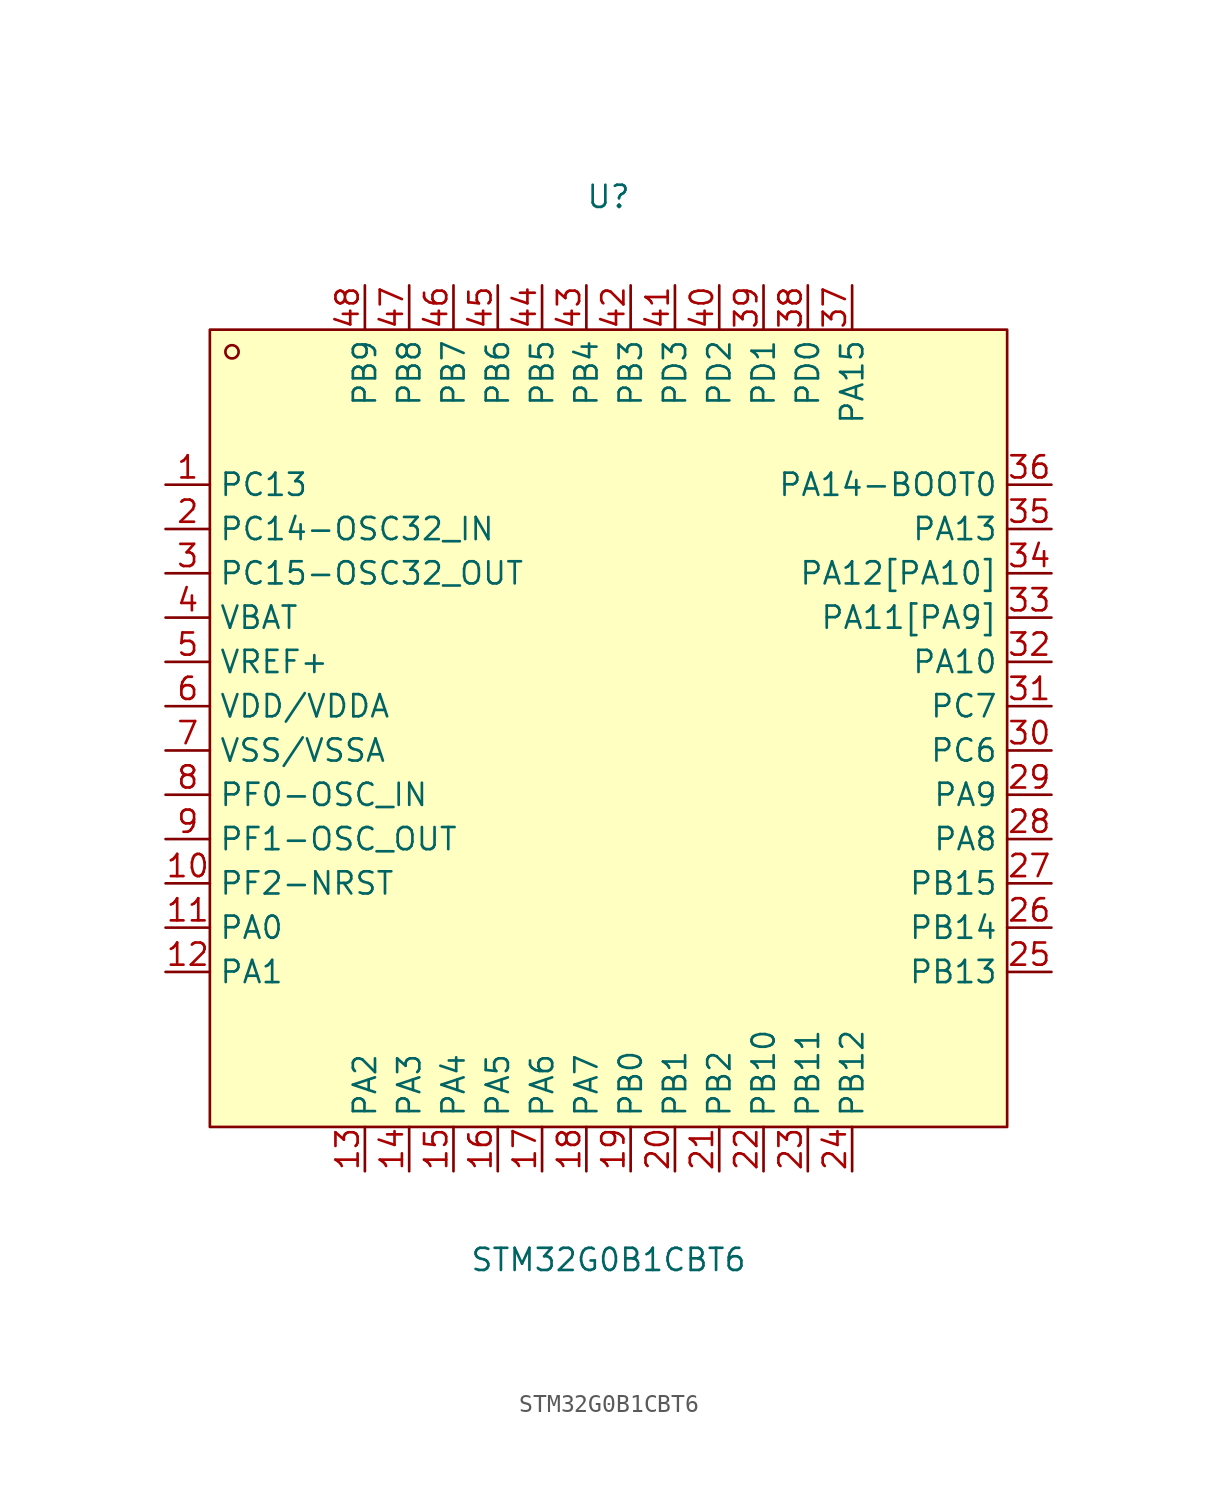
<source format=kicad_sym>
(kicad_symbol_lib
  (version 20211014)
  (generator https://github.com/uPesy/easyeda2kicad.py)
  (symbol "STM32G0B1CBT6"
    (property "Reference" "U"
      (at 0 30.48 0)
      (effects (font (size 1.27 1.27))))
    (property "Value" "STM32G0B1CBT6"
      (at 0 -30.48 0)
      (effects (font (size 1.27 1.27))))
    (symbol "STM32G0B1CBT6_0_1"
      (rectangle (start -22.86 22.86) (end 22.86 -22.86) (stroke (width 0) (type default) (color 0 0 0 0)) (fill (type background)))
      (circle (center -21.59 21.59) (radius 0.38) (stroke (width 0) (type default) (color 0 0 0 0)) (fill (type none)))
      (pin unspecified line (at -25.40 13.97 0) (length 2.54) (name "PC13" (effects (font (size 1.27 1.27)))) (number "1" (effects (font (size 1.27 1.27)))))
      (pin unspecified line (at -25.40 11.43 0) (length 2.54) (name "PC14-OSC32_IN" (effects (font (size 1.27 1.27)))) (number "2" (effects (font (size 1.27 1.27)))))
      (pin unspecified line (at -25.40 8.89 0) (length 2.54) (name "PC15-OSC32_OUT" (effects (font (size 1.27 1.27)))) (number "3" (effects (font (size 1.27 1.27)))))
      (pin unspecified line (at -25.40 6.35 0) (length 2.54) (name "VBAT" (effects (font (size 1.27 1.27)))) (number "4" (effects (font (size 1.27 1.27)))))
      (pin unspecified line (at -25.40 3.81 0) (length 2.54) (name "VREF+" (effects (font (size 1.27 1.27)))) (number "5" (effects (font (size 1.27 1.27)))))
      (pin unspecified line (at -25.40 1.27 0) (length 2.54) (name "VDD/VDDA" (effects (font (size 1.27 1.27)))) (number "6" (effects (font (size 1.27 1.27)))))
      (pin unspecified line (at -25.40 -1.27 0) (length 2.54) (name "VSS/VSSA" (effects (font (size 1.27 1.27)))) (number "7" (effects (font (size 1.27 1.27)))))
      (pin unspecified line (at -25.40 -8.89 0) (length 2.54) (name "PF2-NRST" (effects (font (size 1.27 1.27)))) (number "10" (effects (font (size 1.27 1.27)))))
      (pin unspecified line (at -25.40 -3.81 0) (length 2.54) (name "PF0-OSC_IN" (effects (font (size 1.27 1.27)))) (number "8" (effects (font (size 1.27 1.27)))))
      (pin unspecified line (at -25.40 -6.35 0) (length 2.54) (name "PF1-OSC_OUT" (effects (font (size 1.27 1.27)))) (number "9" (effects (font (size 1.27 1.27)))))
      (pin unspecified line (at -25.40 -11.43 0) (length 2.54) (name "PA0" (effects (font (size 1.27 1.27)))) (number "11" (effects (font (size 1.27 1.27)))))
      (pin unspecified line (at -25.40 -13.97 0) (length 2.54) (name "PA1" (effects (font (size 1.27 1.27)))) (number "12" (effects (font (size 1.27 1.27)))))
      (pin unspecified line (at -13.97 -25.40 90) (length 2.54) (name "PA2" (effects (font (size 1.27 1.27)))) (number "13" (effects (font (size 1.27 1.27)))))
      (pin unspecified line (at -11.43 -25.40 90) (length 2.54) (name "PA3" (effects (font (size 1.27 1.27)))) (number "14" (effects (font (size 1.27 1.27)))))
      (pin unspecified line (at -8.89 -25.40 90) (length 2.54) (name "PA4" (effects (font (size 1.27 1.27)))) (number "15" (effects (font (size 1.27 1.27)))))
      (pin unspecified line (at -6.35 -25.40 90) (length 2.54) (name "PA5" (effects (font (size 1.27 1.27)))) (number "16" (effects (font (size 1.27 1.27)))))
      (pin unspecified line (at -3.81 -25.40 90) (length 2.54) (name "PA6" (effects (font (size 1.27 1.27)))) (number "17" (effects (font (size 1.27 1.27)))))
      (pin unspecified line (at -1.27 -25.40 90) (length 2.54) (name "PA7" (effects (font (size 1.27 1.27)))) (number "18" (effects (font (size 1.27 1.27)))))
      (pin unspecified line (at 1.27 -25.40 90) (length 2.54) (name "PB0" (effects (font (size 1.27 1.27)))) (number "19" (effects (font (size 1.27 1.27)))))
      (pin unspecified line (at 3.81 -25.40 90) (length 2.54) (name "PB1" (effects (font (size 1.27 1.27)))) (number "20" (effects (font (size 1.27 1.27)))))
      (pin unspecified line (at 6.35 -25.40 90) (length 2.54) (name "PB2" (effects (font (size 1.27 1.27)))) (number "21" (effects (font (size 1.27 1.27)))))
      (pin unspecified line (at 8.89 -25.40 90) (length 2.54) (name "PB10" (effects (font (size 1.27 1.27)))) (number "22" (effects (font (size 1.27 1.27)))))
      (pin unspecified line (at 11.43 -25.40 90) (length 2.54) (name "PB11" (effects (font (size 1.27 1.27)))) (number "23" (effects (font (size 1.27 1.27)))))
      (pin unspecified line (at 13.97 -25.40 90) (length 2.54) (name "PB12" (effects (font (size 1.27 1.27)))) (number "24" (effects (font (size 1.27 1.27)))))
      (pin unspecified line (at 25.40 -13.97 180) (length 2.54) (name "PB13" (effects (font (size 1.27 1.27)))) (number "25" (effects (font (size 1.27 1.27)))))
      (pin unspecified line (at 25.40 -11.43 180) (length 2.54) (name "PB14" (effects (font (size 1.27 1.27)))) (number "26" (effects (font (size 1.27 1.27)))))
      (pin unspecified line (at 25.40 -8.89 180) (length 2.54) (name "PB15" (effects (font (size 1.27 1.27)))) (number "27" (effects (font (size 1.27 1.27)))))
      (pin unspecified line (at 25.40 -6.35 180) (length 2.54) (name "PA8" (effects (font (size 1.27 1.27)))) (number "28" (effects (font (size 1.27 1.27)))))
      (pin unspecified line (at 25.40 -3.81 180) (length 2.54) (name "PA9" (effects (font (size 1.27 1.27)))) (number "29" (effects (font (size 1.27 1.27)))))
      (pin unspecified line (at 25.40 -1.27 180) (length 2.54) (name "PC6" (effects (font (size 1.27 1.27)))) (number "30" (effects (font (size 1.27 1.27)))))
      (pin unspecified line (at 25.40 1.27 180) (length 2.54) (name "PC7" (effects (font (size 1.27 1.27)))) (number "31" (effects (font (size 1.27 1.27)))))
      (pin unspecified line (at 25.40 3.81 180) (length 2.54) (name "PA10" (effects (font (size 1.27 1.27)))) (number "32" (effects (font (size 1.27 1.27)))))
      (pin unspecified line (at 25.40 6.35 180) (length 2.54) (name "PA11[PA9]" (effects (font (size 1.27 1.27)))) (number "33" (effects (font (size 1.27 1.27)))))
      (pin unspecified line (at 25.40 8.89 180) (length 2.54) (name "PA12[PA10]" (effects (font (size 1.27 1.27)))) (number "34" (effects (font (size 1.27 1.27)))))
      (pin unspecified line (at 25.40 11.43 180) (length 2.54) (name "PA13" (effects (font (size 1.27 1.27)))) (number "35" (effects (font (size 1.27 1.27)))))
      (pin unspecified line (at 25.40 13.97 180) (length 2.54) (name "PA14-BOOT0" (effects (font (size 1.27 1.27)))) (number "36" (effects (font (size 1.27 1.27)))))
      (pin unspecified line (at 13.97 25.40 270) (length 2.54) (name "PA15" (effects (font (size 1.27 1.27)))) (number "37" (effects (font (size 1.27 1.27)))))
      (pin unspecified line (at 11.43 25.40 270) (length 2.54) (name "PD0" (effects (font (size 1.27 1.27)))) (number "38" (effects (font (size 1.27 1.27)))))
      (pin unspecified line (at 8.89 25.40 270) (length 2.54) (name "PD1" (effects (font (size 1.27 1.27)))) (number "39" (effects (font (size 1.27 1.27)))))
      (pin unspecified line (at 6.35 25.40 270) (length 2.54) (name "PD2" (effects (font (size 1.27 1.27)))) (number "40" (effects (font (size 1.27 1.27)))))
      (pin unspecified line (at 3.81 25.40 270) (length 2.54) (name "PD3" (effects (font (size 1.27 1.27)))) (number "41" (effects (font (size 1.27 1.27)))))
      (pin unspecified line (at 1.27 25.40 270) (length 2.54) (name "PB3" (effects (font (size 1.27 1.27)))) (number "42" (effects (font (size 1.27 1.27)))))
      (pin unspecified line (at -1.27 25.40 270) (length 2.54) (name "PB4" (effects (font (size 1.27 1.27)))) (number "43" (effects (font (size 1.27 1.27)))))
      (pin unspecified line (at -3.81 25.40 270) (length 2.54) (name "PB5" (effects (font (size 1.27 1.27)))) (number "44" (effects (font (size 1.27 1.27)))))
      (pin unspecified line (at -6.35 25.40 270) (length 2.54) (name "PB6" (effects (font (size 1.27 1.27)))) (number "45" (effects (font (size 1.27 1.27)))))
      (pin unspecified line (at -8.89 25.40 270) (length 2.54) (name "PB7" (effects (font (size 1.27 1.27)))) (number "46" (effects (font (size 1.27 1.27)))))
      (pin unspecified line (at -11.43 25.40 270) (length 2.54) (name "PB8" (effects (font (size 1.27 1.27)))) (number "47" (effects (font (size 1.27 1.27)))))
      (pin unspecified line (at -13.97 25.40 270) (length 2.54) (name "PB9" (effects (font (size 1.27 1.27)))) (number "48" (effects (font (size 1.27 1.27))))))))
</source>
